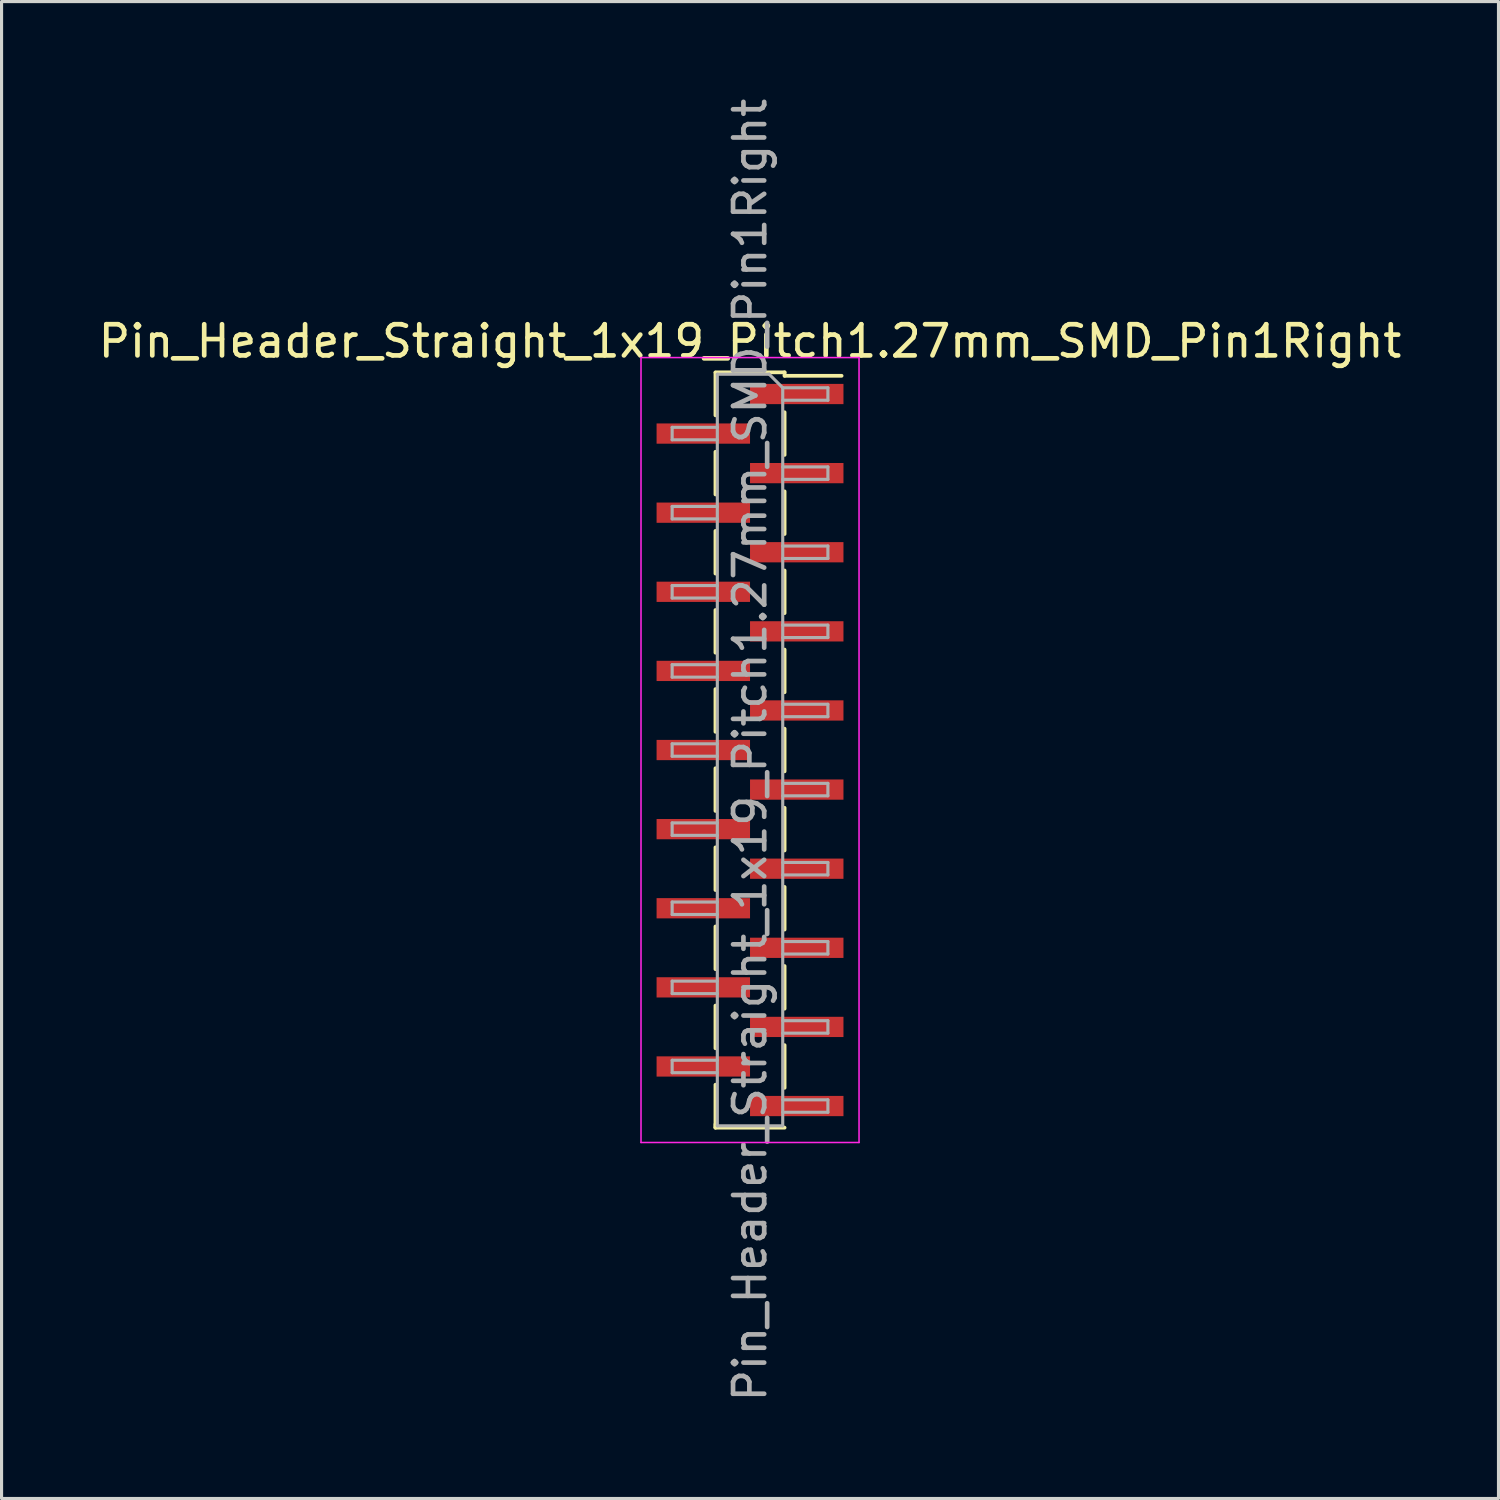
<source format=kicad_pcb>
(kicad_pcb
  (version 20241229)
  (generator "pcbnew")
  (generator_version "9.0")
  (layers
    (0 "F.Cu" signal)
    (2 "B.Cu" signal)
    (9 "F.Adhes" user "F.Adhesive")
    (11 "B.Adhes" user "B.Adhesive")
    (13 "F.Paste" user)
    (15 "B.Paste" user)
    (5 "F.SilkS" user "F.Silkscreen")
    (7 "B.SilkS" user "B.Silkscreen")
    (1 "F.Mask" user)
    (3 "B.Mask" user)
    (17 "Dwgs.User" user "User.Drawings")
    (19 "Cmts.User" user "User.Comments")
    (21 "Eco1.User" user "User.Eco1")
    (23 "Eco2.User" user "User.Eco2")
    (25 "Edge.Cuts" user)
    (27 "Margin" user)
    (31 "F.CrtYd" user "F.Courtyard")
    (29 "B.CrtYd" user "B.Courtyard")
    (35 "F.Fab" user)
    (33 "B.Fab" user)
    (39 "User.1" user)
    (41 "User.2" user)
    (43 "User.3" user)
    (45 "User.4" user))
  (footprint "Pin_Header_Straight_1x19_Pitch1.27mm_SMD_Pin1Right"
    (layer "F.Cu")
    (at 21.03 21.03)
    (property "Reference" "Pin_Header_Straight_1x19_Pitch1.27mm_SMD_Pin1Right" (at 0 -13.125 0) (layer "F.SilkS") (effects (font (size 1 1) (thickness 0.15))))
    (attr smd)
    (fp_line (start -1.11 -12.125) (end 1.11 -12.125) (stroke (width 0.12) (type solid)) (layer "F.SilkS"))
    (fp_line (start -1.11 -12.115) (end -1.11 -10.745) (stroke (width 0.12) (type solid)) (layer "F.SilkS"))
    (fp_line (start -1.11 -9.575) (end -1.11 -8.205) (stroke (width 0.12) (type solid)) (layer "F.SilkS"))
    (fp_line (start -1.11 -7.035) (end -1.11 -5.665) (stroke (width 0.12) (type solid)) (layer "F.SilkS"))
    (fp_line (start -1.11 -4.495) (end -1.11 -3.125) (stroke (width 0.12) (type solid)) (layer "F.SilkS"))
    (fp_line (start -1.11 -1.955) (end -1.11 -0.585) (stroke (width 0.12) (type solid)) (layer "F.SilkS"))
    (fp_line (start -1.11 0.585) (end -1.11 1.955) (stroke (width 0.12) (type solid)) (layer "F.SilkS"))
    (fp_line (start -1.11 3.125) (end -1.11 4.495) (stroke (width 0.12) (type solid)) (layer "F.SilkS"))
    (fp_line (start -1.11 5.665) (end -1.11 7.035) (stroke (width 0.12) (type solid)) (layer "F.SilkS"))
    (fp_line (start -1.11 8.205) (end -1.11 9.575) (stroke (width 0.12) (type solid)) (layer "F.SilkS"))
    (fp_line (start -1.11 10.745) (end -1.11 12.115) (stroke (width 0.12) (type solid)) (layer "F.SilkS"))
    (fp_line (start -1.11 12.015) (end -1.11 12.125) (stroke (width 0.12) (type solid)) (layer "F.SilkS"))
    (fp_line (start -1.11 12.125) (end 1.11 12.125) (stroke (width 0.12) (type solid)) (layer "F.SilkS"))
    (fp_line (start 1.11 -12.125) (end 1.11 -12.015) (stroke (width 0.12) (type solid)) (layer "F.SilkS"))
    (fp_line (start 1.11 -12.015) (end 2.94 -12.015) (stroke (width 0.12) (type solid)) (layer "F.SilkS"))
    (fp_line (start 1.11 -10.845) (end 1.11 -9.475) (stroke (width 0.12) (type solid)) (layer "F.SilkS"))
    (fp_line (start 1.11 -8.305) (end 1.11 -6.935) (stroke (width 0.12) (type solid)) (layer "F.SilkS"))
    (fp_line (start 1.11 -5.765) (end 1.11 -4.395) (stroke (width 0.12) (type solid)) (layer "F.SilkS"))
    (fp_line (start 1.11 -3.225) (end 1.11 -1.855) (stroke (width 0.12) (type solid)) (layer "F.SilkS"))
    (fp_line (start 1.11 -0.685) (end 1.11 0.685) (stroke (width 0.12) (type solid)) (layer "F.SilkS"))
    (fp_line (start 1.11 1.855) (end 1.11 3.225) (stroke (width 0.12) (type solid)) (layer "F.SilkS"))
    (fp_line (start 1.11 4.395) (end 1.11 5.765) (stroke (width 0.12) (type solid)) (layer "F.SilkS"))
    (fp_line (start 1.11 6.935) (end 1.11 8.305) (stroke (width 0.12) (type solid)) (layer "F.SilkS"))
    (fp_line (start 1.11 9.475) (end 1.11 10.845) (stroke (width 0.12) (type solid)) (layer "F.SilkS"))
    (fp_line (start -3.5 -12.6) (end -3.5 12.6) (stroke (width 0.05) (type solid)) (layer "F.CrtYd"))
    (fp_line (start -3.5 12.6) (end 3.5 12.6) (stroke (width 0.05) (type solid)) (layer "F.CrtYd"))
    (fp_line (start 3.5 -12.6) (end -3.5 -12.6) (stroke (width 0.05) (type solid)) (layer "F.CrtYd"))
    (fp_line (start 3.5 12.6) (end 3.5 -12.6) (stroke (width 0.05) (type solid)) (layer "F.CrtYd"))
    (fp_line (start -2.5 -10.36) (end -2.5 -9.96) (stroke (width 0.1) (type solid)) (layer "F.Fab"))
    (fp_line (start -2.5 -9.96) (end -1.05 -9.96) (stroke (width 0.1) (type solid)) (layer "F.Fab"))
    (fp_line (start -2.5 -7.82) (end -2.5 -7.42) (stroke (width 0.1) (type solid)) (layer "F.Fab"))
    (fp_line (start -2.5 -7.42) (end -1.05 -7.42) (stroke (width 0.1) (type solid)) (layer "F.Fab"))
    (fp_line (start -2.5 -5.28) (end -2.5 -4.88) (stroke (width 0.1) (type solid)) (layer "F.Fab"))
    (fp_line (start -2.5 -4.88) (end -1.05 -4.88) (stroke (width 0.1) (type solid)) (layer "F.Fab"))
    (fp_line (start -2.5 -2.74) (end -2.5 -2.34) (stroke (width 0.1) (type solid)) (layer "F.Fab"))
    (fp_line (start -2.5 -2.34) (end -1.05 -2.34) (stroke (width 0.1) (type solid)) (layer "F.Fab"))
    (fp_line (start -2.5 -0.2) (end -2.5 0.2) (stroke (width 0.1) (type solid)) (layer "F.Fab"))
    (fp_line (start -2.5 0.2) (end -1.05 0.2) (stroke (width 0.1) (type solid)) (layer "F.Fab"))
    (fp_line (start -2.5 2.34) (end -2.5 2.74) (stroke (width 0.1) (type solid)) (layer "F.Fab"))
    (fp_line (start -2.5 2.74) (end -1.05 2.74) (stroke (width 0.1) (type solid)) (layer "F.Fab"))
    (fp_line (start -2.5 4.88) (end -2.5 5.28) (stroke (width 0.1) (type solid)) (layer "F.Fab"))
    (fp_line (start -2.5 5.28) (end -1.05 5.28) (stroke (width 0.1) (type solid)) (layer "F.Fab"))
    (fp_line (start -2.5 7.42) (end -2.5 7.82) (stroke (width 0.1) (type solid)) (layer "F.Fab"))
    (fp_line (start -2.5 7.82) (end -1.05 7.82) (stroke (width 0.1) (type solid)) (layer "F.Fab"))
    (fp_line (start -2.5 9.96) (end -2.5 10.36) (stroke (width 0.1) (type solid)) (layer "F.Fab"))
    (fp_line (start -2.5 10.36) (end -1.05 10.36) (stroke (width 0.1) (type solid)) (layer "F.Fab"))
    (fp_line (start -1.05 -12.065) (end -1.05 12.065) (stroke (width 0.1) (type solid)) (layer "F.Fab"))
    (fp_line (start -1.05 -12.065) (end 0.615 -12.065) (stroke (width 0.1) (type solid)) (layer "F.Fab"))
    (fp_line (start -1.05 -10.36) (end -2.5 -10.36) (stroke (width 0.1) (type solid)) (layer "F.Fab"))
    (fp_line (start -1.05 -7.82) (end -2.5 -7.82) (stroke (width 0.1) (type solid)) (layer "F.Fab"))
    (fp_line (start -1.05 -5.28) (end -2.5 -5.28) (stroke (width 0.1) (type solid)) (layer "F.Fab"))
    (fp_line (start -1.05 -2.74) (end -2.5 -2.74) (stroke (width 0.1) (type solid)) (layer "F.Fab"))
    (fp_line (start -1.05 -0.2) (end -2.5 -0.2) (stroke (width 0.1) (type solid)) (layer "F.Fab"))
    (fp_line (start -1.05 2.34) (end -2.5 2.34) (stroke (width 0.1) (type solid)) (layer "F.Fab"))
    (fp_line (start -1.05 4.88) (end -2.5 4.88) (stroke (width 0.1) (type solid)) (layer "F.Fab"))
    (fp_line (start -1.05 7.42) (end -2.5 7.42) (stroke (width 0.1) (type solid)) (layer "F.Fab"))
    (fp_line (start -1.05 9.96) (end -2.5 9.96) (stroke (width 0.1) (type solid)) (layer "F.Fab"))
    (fp_line (start 1.05 -11.63) (end 0.615 -12.065) (stroke (width 0.1) (type solid)) (layer "F.Fab"))
    (fp_line (start 1.05 -11.63) (end 2.5 -11.63) (stroke (width 0.1) (type solid)) (layer "F.Fab"))
    (fp_line (start 1.05 -9.09) (end 2.5 -9.09) (stroke (width 0.1) (type solid)) (layer "F.Fab"))
    (fp_line (start 1.05 -6.55) (end 2.5 -6.55) (stroke (width 0.1) (type solid)) (layer "F.Fab"))
    (fp_line (start 1.05 -4.01) (end 2.5 -4.01) (stroke (width 0.1) (type solid)) (layer "F.Fab"))
    (fp_line (start 1.05 -1.47) (end 2.5 -1.47) (stroke (width 0.1) (type solid)) (layer "F.Fab"))
    (fp_line (start 1.05 1.07) (end 2.5 1.07) (stroke (width 0.1) (type solid)) (layer "F.Fab"))
    (fp_line (start 1.05 3.61) (end 2.5 3.61) (stroke (width 0.1) (type solid)) (layer "F.Fab"))
    (fp_line (start 1.05 6.15) (end 2.5 6.15) (stroke (width 0.1) (type solid)) (layer "F.Fab"))
    (fp_line (start 1.05 8.69) (end 2.5 8.69) (stroke (width 0.1) (type solid)) (layer "F.Fab"))
    (fp_line (start 1.05 11.23) (end 2.5 11.23) (stroke (width 0.1) (type solid)) (layer "F.Fab"))
    (fp_line (start 1.05 12.065) (end -1.05 12.065) (stroke (width 0.1) (type solid)) (layer "F.Fab"))
    (fp_line (start 1.05 12.065) (end 1.05 -11.63) (stroke (width 0.1) (type solid)) (layer "F.Fab"))
    (fp_line (start 2.5 -11.63) (end 2.5 -11.23) (stroke (width 0.1) (type solid)) (layer "F.Fab"))
    (fp_line (start 2.5 -11.23) (end 1.05 -11.23) (stroke (width 0.1) (type solid)) (layer "F.Fab"))
    (fp_line (start 2.5 -9.09) (end 2.5 -8.69) (stroke (width 0.1) (type solid)) (layer "F.Fab"))
    (fp_line (start 2.5 -8.69) (end 1.05 -8.69) (stroke (width 0.1) (type solid)) (layer "F.Fab"))
    (fp_line (start 2.5 -6.55) (end 2.5 -6.15) (stroke (width 0.1) (type solid)) (layer "F.Fab"))
    (fp_line (start 2.5 -6.15) (end 1.05 -6.15) (stroke (width 0.1) (type solid)) (layer "F.Fab"))
    (fp_line (start 2.5 -4.01) (end 2.5 -3.61) (stroke (width 0.1) (type solid)) (layer "F.Fab"))
    (fp_line (start 2.5 -3.61) (end 1.05 -3.61) (stroke (width 0.1) (type solid)) (layer "F.Fab"))
    (fp_line (start 2.5 -1.47) (end 2.5 -1.07) (stroke (width 0.1) (type solid)) (layer "F.Fab"))
    (fp_line (start 2.5 -1.07) (end 1.05 -1.07) (stroke (width 0.1) (type solid)) (layer "F.Fab"))
    (fp_line (start 2.5 1.07) (end 2.5 1.47) (stroke (width 0.1) (type solid)) (layer "F.Fab"))
    (fp_line (start 2.5 1.47) (end 1.05 1.47) (stroke (width 0.1) (type solid)) (layer "F.Fab"))
    (fp_line (start 2.5 3.61) (end 2.5 4.01) (stroke (width 0.1) (type solid)) (layer "F.Fab"))
    (fp_line (start 2.5 4.01) (end 1.05 4.01) (stroke (width 0.1) (type solid)) (layer "F.Fab"))
    (fp_line (start 2.5 6.15) (end 2.5 6.55) (stroke (width 0.1) (type solid)) (layer "F.Fab"))
    (fp_line (start 2.5 6.55) (end 1.05 6.55) (stroke (width 0.1) (type solid)) (layer "F.Fab"))
    (fp_line (start 2.5 8.69) (end 2.5 9.09) (stroke (width 0.1) (type solid)) (layer "F.Fab"))
    (fp_line (start 2.5 9.09) (end 1.05 9.09) (stroke (width 0.1) (type solid)) (layer "F.Fab"))
    (fp_line (start 2.5 11.23) (end 2.5 11.63) (stroke (width 0.1) (type solid)) (layer "F.Fab"))
    (fp_line (start 2.5 11.63) (end 1.05 11.63) (stroke (width 0.1) (type solid)) (layer "F.Fab"))
    (fp_text user "${REFERENCE}" (at 0 0 90) (layer "F.Fab") (effects (font (size 1 1) (thickness 0.15))))
    (pad "1" smd rect (at 1.5 -11.43) (size 3 0.65) (layers "F.Cu" "F.Mask" "F.Paste"))
    (pad "2" smd rect (at -1.5 -10.16) (size 3 0.65) (layers "F.Cu" "F.Mask" "F.Paste"))
    (pad "3" smd rect (at 1.5 -8.89) (size 3 0.65) (layers "F.Cu" "F.Mask" "F.Paste"))
    (pad "4" smd rect (at -1.5 -7.62) (size 3 0.65) (layers "F.Cu" "F.Mask" "F.Paste"))
    (pad "5" smd rect (at 1.5 -6.35) (size 3 0.65) (layers "F.Cu" "F.Mask" "F.Paste"))
    (pad "6" smd rect (at -1.5 -5.08) (size 3 0.65) (layers "F.Cu" "F.Mask" "F.Paste"))
    (pad "7" smd rect (at 1.5 -3.81) (size 3 0.65) (layers "F.Cu" "F.Mask" "F.Paste"))
    (pad "8" smd rect (at -1.5 -2.54) (size 3 0.65) (layers "F.Cu" "F.Mask" "F.Paste"))
    (pad "9" smd rect (at 1.5 -1.27) (size 3 0.65) (layers "F.Cu" "F.Mask" "F.Paste"))
    (pad "10" smd rect (at -1.5 0) (size 3 0.65) (layers "F.Cu" "F.Mask" "F.Paste"))
    (pad "11" smd rect (at 1.5 1.27) (size 3 0.65) (layers "F.Cu" "F.Mask" "F.Paste"))
    (pad "12" smd rect (at -1.5 2.54) (size 3 0.65) (layers "F.Cu" "F.Mask" "F.Paste"))
    (pad "13" smd rect (at 1.5 3.81) (size 3 0.65) (layers "F.Cu" "F.Mask" "F.Paste"))
    (pad "14" smd rect (at -1.5 5.08) (size 3 0.65) (layers "F.Cu" "F.Mask" "F.Paste"))
    (pad "15" smd rect (at 1.5 6.35) (size 3 0.65) (layers "F.Cu" "F.Mask" "F.Paste"))
    (pad "16" smd rect (at -1.5 7.62) (size 3 0.65) (layers "F.Cu" "F.Mask" "F.Paste"))
    (pad "17" smd rect (at 1.5 8.89) (size 3 0.65) (layers "F.Cu" "F.Mask" "F.Paste"))
    (pad "18" smd rect (at -1.5 10.16) (size 3 0.65) (layers "F.Cu" "F.Mask" "F.Paste"))
    (pad "19" smd rect (at 1.5 11.43) (size 3 0.65) (layers "F.Cu" "F.Mask" "F.Paste")))
  (gr_rect
    (start -3 -3)
    (end 45.06 45.06)
    (stroke (width 0.1) (type default))
    (fill no)
    (layer "Edge.Cuts")))
</source>
